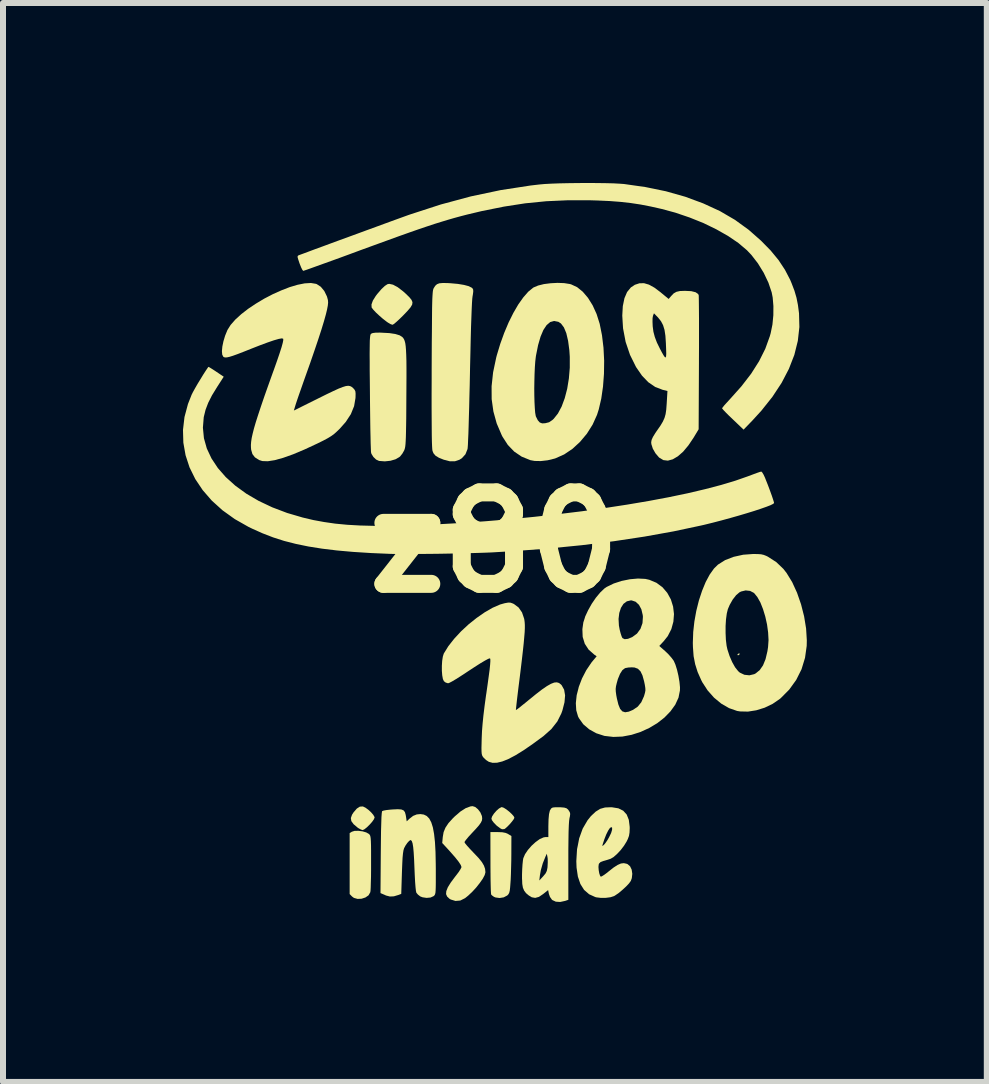
<source format=kicad_pcb>
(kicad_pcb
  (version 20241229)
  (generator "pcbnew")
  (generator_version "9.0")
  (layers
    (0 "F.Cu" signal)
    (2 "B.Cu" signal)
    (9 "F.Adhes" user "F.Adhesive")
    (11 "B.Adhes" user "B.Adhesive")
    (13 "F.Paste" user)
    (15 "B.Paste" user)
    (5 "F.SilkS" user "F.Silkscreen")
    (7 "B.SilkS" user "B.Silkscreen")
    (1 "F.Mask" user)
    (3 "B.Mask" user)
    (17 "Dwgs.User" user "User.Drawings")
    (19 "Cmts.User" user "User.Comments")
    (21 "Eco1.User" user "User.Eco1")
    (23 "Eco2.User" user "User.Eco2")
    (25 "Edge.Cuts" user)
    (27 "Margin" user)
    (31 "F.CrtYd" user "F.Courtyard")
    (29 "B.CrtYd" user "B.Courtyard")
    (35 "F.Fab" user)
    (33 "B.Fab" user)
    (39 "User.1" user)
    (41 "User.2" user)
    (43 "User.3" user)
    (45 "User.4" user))
  (footprint "z80"
    (layer "F.Cu")
    (at 5.191 5.992)
    (property "Reference" "z80" (at 0 0 0) (layer "F.SilkS") (effects (font (size 1.524 1.524) (thickness 0.3))))
    (attr board_only exclude_from_pos_files exclude_from_bom)
    (fp_poly (pts (xy 4.089 1.858) (xy 4.086 1.864) (xy 4.064 1.88) (xy 4.059 1.881) (xy 4.05 1.871) (xy 4.053 1.864) (xy 4.075 1.848) (xy 4.08 1.848)) (stroke (width 0) (type solid)) (fill yes) (layer "F.SilkS"))
    (fp_poly (pts (xy 0.156 4.422) (xy 0.199 4.449) (xy 0.247 4.487) (xy 0.291 4.528) (xy 0.322 4.564) (xy 0.333 4.588) (xy 0.322 4.612) (xy 0.294 4.65) (xy 0.256 4.695) (xy 0.215 4.737) (xy 0.18 4.768) (xy 0.166 4.777) (xy 0.127 4.78) (xy 0.098 4.765) (xy 0.038 4.72) (xy -0.01 4.671) (xy -0.042 4.628) (xy -0.05 4.601) (xy -0.038 4.565) (xy -0.008 4.519) (xy 0.033 4.472) (xy 0.076 4.434) (xy 0.114 4.413) (xy 0.124 4.411)) (stroke (width 0) (type solid)) (fill yes) (layer "F.SilkS"))
    (fp_poly (pts (xy -2.19 4.401) (xy -2.15 4.42) (xy -2.102 4.455) (xy -2.056 4.497) (xy -2.019 4.54) (xy -1.999 4.576) (xy -1.997 4.584) (xy -2.009 4.614) (xy -2.039 4.657) (xy -2.081 4.704) (xy -2.125 4.747) (xy -2.166 4.78) (xy -2.196 4.794) (xy -2.197 4.794) (xy -2.227 4.784) (xy -2.268 4.761) (xy -2.281 4.752) (xy -2.348 4.695) (xy -2.385 4.644) (xy -2.393 4.593) (xy -2.373 4.537) (xy -2.347 4.497) (xy -2.293 4.435) (xy -2.243 4.403) (xy -2.193 4.4)) (stroke (width 0) (type solid)) (fill yes) (layer "F.SilkS"))
    (fp_poly (pts (xy -2.198 4.815) (xy -2.136 4.833) (xy -2.092 4.858) (xy -2.091 4.859) (xy -2.08 4.871) (xy -2.072 4.885) (xy -2.066 4.906) (xy -2.062 4.937) (xy -2.059 4.983) (xy -2.057 5.047) (xy -2.056 5.134) (xy -2.056 5.248) (xy -2.056 5.339) (xy -2.056 5.46) (xy -2.057 5.572) (xy -2.06 5.67) (xy -2.062 5.749) (xy -2.065 5.804) (xy -2.069 5.83) (xy -2.098 5.881) (xy -2.15 5.917) (xy -2.214 5.938) (xy -2.281 5.941) (xy -2.342 5.924) (xy -2.373 5.901) (xy -2.413 5.86) (xy -2.413 4.844) (xy -2.376 4.821) (xy -2.331 4.807) (xy -2.267 4.806)) (stroke (width 0) (type solid)) (fill yes) (layer "F.SilkS"))
    (fp_poly (pts (xy 0.054 4.827) (xy 0.132 4.83) (xy 0.187 4.841) (xy 0.229 4.86) (xy 0.283 4.893) (xy 0.282 5.189) (xy 0.281 5.302) (xy 0.278 5.419) (xy 0.275 5.53) (xy 0.271 5.625) (xy 0.268 5.666) (xy 0.262 5.747) (xy 0.256 5.801) (xy 0.247 5.837) (xy 0.235 5.861) (xy 0.217 5.881) (xy 0.21 5.886) (xy 0.155 5.915) (xy 0.086 5.926) (xy 0.019 5.917) (xy -0.008 5.906) (xy -0.04 5.883) (xy -0.054 5.869) (xy -0.057 5.848) (xy -0.06 5.798) (xy -0.062 5.724) (xy -0.064 5.629) (xy -0.065 5.517) (xy -0.066 5.393) (xy -0.066 5.339) (xy -0.067 4.827)) (stroke (width 0) (type solid)) (fill yes) (layer "F.SilkS"))
    (fp_poly (pts (xy -1.69 -4.297) (xy -1.612 -4.255) (xy -1.522 -4.186) (xy -1.474 -4.143) (xy -1.418 -4.088) (xy -1.382 -4.044) (xy -1.366 -4.005) (xy -1.371 -3.965) (xy -1.399 -3.918) (xy -1.449 -3.859) (xy -1.519 -3.786) (xy -1.578 -3.728) (xy -1.631 -3.679) (xy -1.672 -3.644) (xy -1.697 -3.629) (xy -1.699 -3.629) (xy -1.728 -3.638) (xy -1.77 -3.662) (xy -1.791 -3.676) (xy -1.855 -3.725) (xy -1.918 -3.78) (xy -1.975 -3.833) (xy -2.019 -3.88) (xy -2.045 -3.914) (xy -2.047 -3.919) (xy -2.049 -3.968) (xy -2.026 -4.032) (xy -1.978 -4.109) (xy -1.952 -4.143) (xy -1.883 -4.223) (xy -1.827 -4.276) (xy -1.783 -4.305) (xy -1.754 -4.311)) (stroke (width 0) (type solid)) (fill yes) (layer "F.SilkS"))
    (fp_poly (pts (xy -0.32 4.409) (xy -0.275 4.446) (xy -0.235 4.498) (xy -0.21 4.556) (xy -0.207 4.569) (xy -0.204 4.603) (xy -0.209 4.635) (xy -0.226 4.67) (xy -0.257 4.714) (xy -0.307 4.771) (xy -0.378 4.847) (xy -0.428 4.901) (xy -0.468 4.949) (xy -0.493 4.982) (xy -0.499 4.996) (xy -0.488 5.015) (xy -0.458 5.052) (xy -0.412 5.103) (xy -0.356 5.162) (xy -0.343 5.176) (xy -0.265 5.258) (xy -0.21 5.326) (xy -0.175 5.385) (xy -0.156 5.439) (xy -0.15 5.495) (xy -0.15 5.498) (xy -0.162 5.543) (xy -0.194 5.604) (xy -0.243 5.674) (xy -0.302 5.749) (xy -0.369 5.822) (xy -0.438 5.887) (xy -0.489 5.928) (xy -0.568 5.968) (xy -0.649 5.975) (xy -0.728 5.951) (xy -0.751 5.937) (xy -0.788 5.902) (xy -0.806 5.861) (xy -0.802 5.811) (xy -0.777 5.748) (xy -0.729 5.67) (xy -0.657 5.573) (xy -0.635 5.545) (xy -0.595 5.492) (xy -0.565 5.445) (xy -0.55 5.414) (xy -0.549 5.409) (xy -0.561 5.376) (xy -0.596 5.322) (xy -0.653 5.25) (xy -0.729 5.163) (xy -0.774 5.113) (xy -0.87 5.009) (xy -0.861 4.91) (xy -0.847 4.828) (xy -0.816 4.753) (xy -0.766 4.678) (xy -0.692 4.596) (xy -0.66 4.565) (xy -0.566 4.484) (xy -0.478 4.428) (xy -0.399 4.399) (xy -0.364 4.395)) (stroke (width 0) (type solid)) (fill yes) (layer "F.SilkS"))
    (fp_poly (pts (xy -1.884 -3.497) (xy -1.752 -3.49) (xy -1.652 -3.475) (xy -1.58 -3.453) (xy -1.537 -3.426) (xy -1.521 -3.409) (xy -1.507 -3.387) (xy -1.496 -3.36) (xy -1.486 -3.322) (xy -1.479 -3.273) (xy -1.474 -3.21) (xy -1.47 -3.128) (xy -1.467 -3.027) (xy -1.466 -2.902) (xy -1.466 -2.752) (xy -1.467 -2.573) (xy -1.468 -2.413) (xy -1.469 -2.227) (xy -1.47 -2.071) (xy -1.472 -1.943) (xy -1.474 -1.838) (xy -1.476 -1.755) (xy -1.479 -1.69) (xy -1.482 -1.641) (xy -1.486 -1.603) (xy -1.491 -1.575) (xy -1.497 -1.554) (xy -1.504 -1.535) (xy -1.534 -1.482) (xy -1.572 -1.434) (xy -1.583 -1.425) (xy -1.648 -1.387) (xy -1.733 -1.362) (xy -1.827 -1.352) (xy -1.92 -1.359) (xy -1.925 -1.36) (xy -1.972 -1.382) (xy -2.017 -1.425) (xy -2.049 -1.476) (xy -2.055 -1.494) (xy -2.058 -1.519) (xy -2.06 -1.574) (xy -2.063 -1.656) (xy -2.065 -1.761) (xy -2.068 -1.888) (xy -2.07 -2.032) (xy -2.072 -2.191) (xy -2.074 -2.361) (xy -2.075 -2.497) (xy -2.077 -2.701) (xy -2.079 -2.874) (xy -2.079 -3.018) (xy -2.08 -3.137) (xy -2.079 -3.233) (xy -2.078 -3.309) (xy -2.077 -3.367) (xy -2.074 -3.409) (xy -2.071 -3.439) (xy -2.067 -3.459) (xy -2.062 -3.471) (xy -2.057 -3.478) (xy -2.056 -3.479) (xy -2.028 -3.491) (xy -1.98 -3.497) (xy -1.906 -3.498)) (stroke (width 0) (type solid)) (fill yes) (layer "F.SilkS"))
    (fp_poly (pts (xy -0.782 -4.324) (xy -0.732 -4.321) (xy -0.61 -4.31) (xy -0.507 -4.293) (xy -0.428 -4.272) (xy -0.377 -4.246) (xy -0.365 -4.235) (xy -0.354 -4.213) (xy -0.353 -4.18) (xy -0.36 -4.127) (xy -0.364 -4.106) (xy -0.369 -4.066) (xy -0.374 -3.993) (xy -0.379 -3.888) (xy -0.384 -3.753) (xy -0.39 -3.587) (xy -0.395 -3.392) (xy -0.4 -3.169) (xy -0.406 -2.918) (xy -0.408 -2.813) (xy -0.412 -2.615) (xy -0.417 -2.426) (xy -0.421 -2.248) (xy -0.426 -2.084) (xy -0.43 -1.937) (xy -0.434 -1.81) (xy -0.439 -1.705) (xy -0.442 -1.626) (xy -0.446 -1.576) (xy -0.448 -1.558) (xy -0.483 -1.47) (xy -0.542 -1.405) (xy -0.583 -1.379) (xy -0.657 -1.354) (xy -0.742 -1.353) (xy -0.842 -1.379) (xy -0.843 -1.379) (xy -0.925 -1.412) (xy -0.981 -1.446) (xy -1.016 -1.487) (xy -1.032 -1.527) (xy -1.036 -1.553) (xy -1.039 -1.603) (xy -1.042 -1.678) (xy -1.044 -1.781) (xy -1.045 -1.91) (xy -1.046 -2.069) (xy -1.047 -2.256) (xy -1.047 -2.475) (xy -1.046 -2.725) (xy -1.046 -2.888) (xy -1.045 -3.128) (xy -1.044 -3.336) (xy -1.042 -3.516) (xy -1.041 -3.669) (xy -1.04 -3.798) (xy -1.039 -3.905) (xy -1.037 -3.992) (xy -1.035 -4.062) (xy -1.032 -4.117) (xy -1.029 -4.158) (xy -1.026 -4.189) (xy -1.022 -4.211) (xy -1.017 -4.227) (xy -1.012 -4.239) (xy -1.011 -4.24) (xy -0.986 -4.279) (xy -0.957 -4.305) (xy -0.918 -4.32) (xy -0.862 -4.325)) (stroke (width 0) (type solid)) (fill yes) (layer "F.SilkS"))
    (fp_poly (pts (xy 1.106 4.414) (xy 1.164 4.419) (xy 1.201 4.43) (xy 1.227 4.451) (xy 1.237 4.465) (xy 1.256 4.495) (xy 1.263 4.524) (xy 1.258 4.566) (xy 1.251 4.595) (xy 1.245 4.639) (xy 1.24 4.714) (xy 1.236 4.821) (xy 1.234 4.959) (xy 1.232 5.13) (xy 1.232 5.318) (xy 1.232 5.956) (xy 1.179 5.974) (xy 1.096 5.992) (xy 1.023 5.987) (xy 0.965 5.96) (xy 0.957 5.952) (xy 0.926 5.908) (xy 0.907 5.855) (xy 0.907 5.853) (xy 0.895 5.794) (xy 0.812 5.86) (xy 0.742 5.907) (xy 0.68 5.924) (xy 0.623 5.914) (xy 0.572 5.883) (xy 0.527 5.845) (xy 0.496 5.804) (xy 0.475 5.755) (xy 0.464 5.691) (xy 0.462 5.634) (xy 0.748 5.634) (xy 0.813 5.564) (xy 0.852 5.517) (xy 0.873 5.475) (xy 0.884 5.421) (xy 0.886 5.395) (xy 0.889 5.331) (xy 0.888 5.271) (xy 0.884 5.242) (xy 0.873 5.188) (xy 0.851 5.236) (xy 0.806 5.348) (xy 0.773 5.464) (xy 0.759 5.544) (xy 0.748 5.634) (xy 0.462 5.634) (xy 0.46 5.604) (xy 0.46 5.534) (xy 0.463 5.448) (xy 0.468 5.367) (xy 0.475 5.301) (xy 0.481 5.264) (xy 0.51 5.196) (xy 0.558 5.125) (xy 0.619 5.055) (xy 0.687 4.993) (xy 0.755 4.944) (xy 0.818 4.916) (xy 0.851 4.91) (xy 0.899 4.91) (xy 0.899 4.731) (xy 0.902 4.615) (xy 0.91 4.528) (xy 0.924 4.469) (xy 0.946 4.433) (xy 0.971 4.418) (xy 1.008 4.414) (xy 1.064 4.413)) (stroke (width 0) (type solid)) (fill yes) (layer "F.SilkS"))
    (fp_poly (pts (xy -1.552 4.45) (xy -1.515 4.465) (xy -1.492 4.494) (xy -1.479 4.54) (xy -1.474 4.57) (xy -1.462 4.648) (xy -1.418 4.606) (xy -1.355 4.557) (xy -1.295 4.533) (xy -1.235 4.527) (xy -1.177 4.535) (xy -1.128 4.559) (xy -1.087 4.601) (xy -1.053 4.664) (xy -1.026 4.749) (xy -1.006 4.858) (xy -0.991 4.994) (xy -0.982 5.158) (xy -0.978 5.352) (xy -0.977 5.441) (xy -0.977 5.57) (xy -0.977 5.671) (xy -0.978 5.746) (xy -0.98 5.8) (xy -0.983 5.837) (xy -0.989 5.861) (xy -0.996 5.877) (xy -1.006 5.888) (xy -1.014 5.895) (xy -1.065 5.918) (xy -1.131 5.924) (xy -1.198 5.914) (xy -1.235 5.9) (xy -1.275 5.869) (xy -1.301 5.838) (xy -1.308 5.808) (xy -1.315 5.747) (xy -1.322 5.658) (xy -1.328 5.544) (xy -1.333 5.426) (xy -1.339 5.28) (xy -1.346 5.164) (xy -1.354 5.077) (xy -1.364 5.016) (xy -1.377 4.978) (xy -1.391 4.962) (xy -1.398 4.96) (xy -1.421 4.974) (xy -1.452 5.008) (xy -1.483 5.053) (xy -1.506 5.097) (xy -1.516 5.131) (xy -1.524 5.182) (xy -1.531 5.255) (xy -1.536 5.353) (xy -1.541 5.479) (xy -1.542 5.508) (xy -1.553 5.857) (xy -1.596 5.874) (xy -1.676 5.898) (xy -1.742 5.901) (xy -1.808 5.884) (xy -1.822 5.877) (xy -1.899 5.844) (xy -1.894 5.17) (xy -1.892 4.972) (xy -1.89 4.808) (xy -1.886 4.677) (xy -1.883 4.578) (xy -1.878 4.513) (xy -1.873 4.481) (xy -1.871 4.478) (xy -1.848 4.469) (xy -1.8 4.46) (xy -1.735 4.453) (xy -1.696 4.45) (xy -1.611 4.446)) (stroke (width 0) (type solid)) (fill yes) (layer "F.SilkS"))
    (fp_poly (pts (xy 1.961 4.414) (xy 2.066 4.431) (xy 2.147 4.471) (xy 2.205 4.535) (xy 2.24 4.623) (xy 2.254 4.735) (xy 2.255 4.76) (xy 2.252 4.834) (xy 2.243 4.89) (xy 2.223 4.944) (xy 2.203 4.985) (xy 2.159 5.056) (xy 2.104 5.128) (xy 2.043 5.193) (xy 1.985 5.244) (xy 1.937 5.272) (xy 1.889 5.288) (xy 1.832 5.305) (xy 1.819 5.308) (xy 1.769 5.327) (xy 1.743 5.353) (xy 1.738 5.369) (xy 1.734 5.409) (xy 1.738 5.461) (xy 1.747 5.513) (xy 1.76 5.553) (xy 1.773 5.571) (xy 1.793 5.563) (xy 1.831 5.539) (xy 1.881 5.502) (xy 1.9 5.486) (xy 1.985 5.419) (xy 2.053 5.375) (xy 2.108 5.351) (xy 2.157 5.345) (xy 2.203 5.355) (xy 2.219 5.361) (xy 2.261 5.397) (xy 2.288 5.454) (xy 2.298 5.523) (xy 2.29 5.595) (xy 2.273 5.642) (xy 2.243 5.683) (xy 2.194 5.735) (xy 2.134 5.79) (xy 2.072 5.842) (xy 2.014 5.882) (xy 1.994 5.894) (xy 1.935 5.913) (xy 1.858 5.923) (xy 1.775 5.924) (xy 1.7 5.915) (xy 1.681 5.91) (xy 1.578 5.863) (xy 1.495 5.791) (xy 1.433 5.693) (xy 1.391 5.569) (xy 1.369 5.419) (xy 1.365 5.312) (xy 1.377 5.113) (xy 1.389 5.055) (xy 1.798 5.055) (xy 1.806 5.056) (xy 1.827 5.038) (xy 1.852 5.008) (xy 1.885 4.959) (xy 1.912 4.911) (xy 1.945 4.843) (xy 1.961 4.789) (xy 1.962 4.755) (xy 1.948 4.744) (xy 1.925 4.759) (xy 1.896 4.802) (xy 1.864 4.866) (xy 1.832 4.948) (xy 1.806 5.027) (xy 1.798 5.055) (xy 1.389 5.055) (xy 1.413 4.931) (xy 1.471 4.77) (xy 1.552 4.631) (xy 1.609 4.56) (xy 1.687 4.487) (xy 1.762 4.44) (xy 1.844 4.417) (xy 1.942 4.413)) (stroke (width 0) (type solid)) (fill yes) (layer "F.SilkS"))
    (fp_poly (pts (xy 4.389 0.193) (xy 4.445 0.197) (xy 4.489 0.207) (xy 4.532 0.224) (xy 4.558 0.237) (xy 4.698 0.327) (xy 4.816 0.44) (xy 4.87 0.509) (xy 4.963 0.661) (xy 5.044 0.838) (xy 5.111 1.031) (xy 5.162 1.232) (xy 5.195 1.434) (xy 5.207 1.63) (xy 5.205 1.724) (xy 5.177 1.923) (xy 5.119 2.113) (xy 5.03 2.291) (xy 4.914 2.452) (xy 4.772 2.595) (xy 4.755 2.609) (xy 4.637 2.69) (xy 4.504 2.754) (xy 4.365 2.797) (xy 4.226 2.819) (xy 4.095 2.816) (xy 4.045 2.808) (xy 3.911 2.761) (xy 3.781 2.686) (xy 3.66 2.586) (xy 3.553 2.465) (xy 3.464 2.328) (xy 3.447 2.294) (xy 3.387 2.159) (xy 3.346 2.029) (xy 3.32 1.895) (xy 3.309 1.745) (xy 3.307 1.673) (xy 3.313 1.509) (xy 3.853 1.509) (xy 3.858 1.622) (xy 3.87 1.722) (xy 3.883 1.781) (xy 3.919 1.892) (xy 3.963 1.994) (xy 4.012 2.081) (xy 4.063 2.145) (xy 4.09 2.169) (xy 4.166 2.205) (xy 4.25 2.214) (xy 4.33 2.195) (xy 4.355 2.182) (xy 4.423 2.126) (xy 4.477 2.048) (xy 4.519 1.945) (xy 4.55 1.814) (xy 4.561 1.743) (xy 4.569 1.627) (xy 4.562 1.5) (xy 4.544 1.367) (xy 4.515 1.236) (xy 4.477 1.111) (xy 4.433 1) (xy 4.382 0.909) (xy 4.329 0.844) (xy 4.324 0.84) (xy 4.261 0.807) (xy 4.187 0.799) (xy 4.112 0.817) (xy 4.084 0.831) (xy 4.028 0.879) (xy 3.972 0.951) (xy 3.922 1.039) (xy 3.891 1.111) (xy 3.873 1.184) (xy 3.86 1.281) (xy 3.853 1.392) (xy 3.853 1.509) (xy 3.313 1.509) (xy 3.313 1.496) (xy 3.333 1.317) (xy 3.365 1.139) (xy 3.408 0.967) (xy 3.461 0.806) (xy 3.521 0.66) (xy 3.588 0.535) (xy 3.66 0.434) (xy 3.726 0.369) (xy 3.845 0.294) (xy 3.988 0.239) (xy 4.147 0.204) (xy 4.311 0.192)) (stroke (width 0) (type solid)) (fill yes) (layer "F.SilkS"))
    (fp_poly (pts (xy 2.575 -4.298) (xy 2.666 -4.248) (xy 2.77 -4.17) (xy 2.773 -4.167) (xy 2.904 -4.059) (xy 2.946 -4.108) (xy 2.988 -4.152) (xy 3.034 -4.178) (xy 3.091 -4.191) (xy 3.171 -4.194) (xy 3.176 -4.194) (xy 3.28 -4.189) (xy 3.353 -4.171) (xy 3.395 -4.142) (xy 3.405 -4.122) (xy 3.406 -4.1) (xy 3.407 -4.047) (xy 3.408 -3.966) (xy 3.409 -3.861) (xy 3.41 -3.734) (xy 3.41 -3.588) (xy 3.41 -3.426) (xy 3.41 -3.251) (xy 3.409 -3.065) (xy 3.409 -2.987) (xy 3.404 -1.887) (xy 3.321 -1.749) (xy 3.233 -1.618) (xy 3.145 -1.513) (xy 3.057 -1.436) (xy 2.972 -1.386) (xy 2.891 -1.364) (xy 2.816 -1.373) (xy 2.749 -1.413) (xy 2.742 -1.419) (xy 2.684 -1.487) (xy 2.64 -1.564) (xy 2.616 -1.639) (xy 2.613 -1.67) (xy 2.62 -1.71) (xy 2.642 -1.759) (xy 2.682 -1.824) (xy 2.705 -1.858) (xy 2.765 -1.944) (xy 2.807 -2.014) (xy 2.835 -2.076) (xy 2.853 -2.139) (xy 2.864 -2.214) (xy 2.871 -2.308) (xy 2.872 -2.324) (xy 2.884 -2.525) (xy 2.803 -2.545) (xy 2.68 -2.592) (xy 2.565 -2.671) (xy 2.46 -2.78) (xy 2.362 -2.922) (xy 2.36 -2.925) (xy 2.26 -3.127) (xy 2.187 -3.343) (xy 2.144 -3.569) (xy 2.137 -3.68) (xy 2.635 -3.68) (xy 2.638 -3.607) (xy 2.638 -3.604) (xy 2.65 -3.513) (xy 2.673 -3.426) (xy 2.708 -3.333) (xy 2.76 -3.227) (xy 2.792 -3.167) (xy 2.82 -3.118) (xy 2.84 -3.09) (xy 2.853 -3.083) (xy 2.861 -3.101) (xy 2.864 -3.145) (xy 2.862 -3.218) (xy 2.858 -3.321) (xy 2.85 -3.445) (xy 2.835 -3.544) (xy 2.811 -3.622) (xy 2.777 -3.687) (xy 2.731 -3.745) (xy 2.726 -3.751) (xy 2.659 -3.82) (xy 2.643 -3.778) (xy 2.636 -3.74) (xy 2.635 -3.68) (xy 2.137 -3.68) (xy 2.131 -3.782) (xy 2.14 -3.94) (xy 2.167 -4.071) (xy 2.211 -4.174) (xy 2.274 -4.251) (xy 2.34 -4.295) (xy 2.416 -4.32) (xy 2.493 -4.322)) (stroke (width 0) (type solid)) (fill yes) (layer "F.SilkS"))
    (fp_poly (pts (xy 1.162 -4.323) (xy 1.258 -4.308) (xy 1.279 -4.302) (xy 1.378 -4.256) (xy 1.472 -4.18) (xy 1.559 -4.078) (xy 1.637 -3.953) (xy 1.703 -3.808) (xy 1.754 -3.647) (xy 1.755 -3.643) (xy 1.793 -3.453) (xy 1.818 -3.246) (xy 1.829 -3.03) (xy 1.826 -2.812) (xy 1.81 -2.599) (xy 1.781 -2.398) (xy 1.739 -2.218) (xy 1.71 -2.127) (xy 1.637 -1.965) (xy 1.541 -1.813) (xy 1.427 -1.677) (xy 1.3 -1.56) (xy 1.163 -1.468) (xy 1.02 -1.404) (xy 1.002 -1.398) (xy 0.887 -1.37) (xy 0.773 -1.357) (xy 0.67 -1.359) (xy 0.599 -1.372) (xy 0.454 -1.431) (xy 0.33 -1.515) (xy 0.224 -1.625) (xy 0.134 -1.764) (xy 0.121 -1.79) (xy 0.038 -1.984) (xy -0.017 -2.183) (xy -0.046 -2.389) (xy -0.047 -2.569) (xy 0.664 -2.569) (xy 0.665 -2.449) (xy 0.668 -2.339) (xy 0.673 -2.242) (xy 0.679 -2.165) (xy 0.688 -2.113) (xy 0.691 -2.101) (xy 0.723 -2.037) (xy 0.756 -2) (xy 0.796 -1.985) (xy 0.848 -1.988) (xy 0.911 -2.004) (xy 0.966 -2.041) (xy 0.987 -2.06) (xy 1.058 -2.149) (xy 1.12 -2.265) (xy 1.172 -2.405) (xy 1.213 -2.562) (xy 1.241 -2.733) (xy 1.256 -2.912) (xy 1.256 -3.095) (xy 1.249 -3.203) (xy 1.228 -3.361) (xy 1.198 -3.489) (xy 1.158 -3.585) (xy 1.109 -3.65) (xy 1.066 -3.678) (xy 0.995 -3.692) (xy 0.93 -3.674) (xy 0.87 -3.623) (xy 0.816 -3.542) (xy 0.769 -3.431) (xy 0.728 -3.29) (xy 0.694 -3.12) (xy 0.69 -3.096) (xy 0.681 -3.019) (xy 0.674 -2.921) (xy 0.669 -2.81) (xy 0.666 -2.691) (xy 0.664 -2.569) (xy -0.047 -2.569) (xy -0.047 -2.605) (xy -0.022 -2.836) (xy 0.03 -3.083) (xy 0.04 -3.121) (xy 0.097 -3.31) (xy 0.163 -3.493) (xy 0.236 -3.666) (xy 0.315 -3.825) (xy 0.397 -3.966) (xy 0.481 -4.085) (xy 0.564 -4.18) (xy 0.645 -4.246) (xy 0.655 -4.252) (xy 0.729 -4.283) (xy 0.826 -4.307) (xy 0.937 -4.321) (xy 1.052 -4.327)) (stroke (width 0) (type solid)) (fill yes) (layer "F.SilkS"))
    (fp_poly (pts (xy 0.268 1.003) (xy 0.307 1.017) (xy 0.326 1.026) (xy 0.403 1.084) (xy 0.46 1.166) (xy 0.495 1.269) (xy 0.499 1.289) (xy 0.504 1.328) (xy 0.507 1.374) (xy 0.507 1.429) (xy 0.504 1.496) (xy 0.497 1.579) (xy 0.488 1.68) (xy 0.475 1.803) (xy 0.458 1.951) (xy 0.437 2.126) (xy 0.418 2.28) (xy 0.402 2.406) (xy 0.388 2.521) (xy 0.376 2.621) (xy 0.367 2.702) (xy 0.361 2.759) (xy 0.358 2.79) (xy 0.359 2.793) (xy 0.372 2.785) (xy 0.407 2.759) (xy 0.458 2.718) (xy 0.522 2.667) (xy 0.568 2.629) (xy 0.691 2.529) (xy 0.792 2.451) (xy 0.875 2.394) (xy 0.942 2.356) (xy 0.996 2.335) (xy 1.04 2.331) (xy 1.077 2.342) (xy 1.109 2.367) (xy 1.121 2.38) (xy 1.162 2.454) (xy 1.178 2.549) (xy 1.168 2.664) (xy 1.134 2.797) (xy 1.116 2.848) (xy 1.048 2.984) (xy 0.949 3.11) (xy 0.82 3.225) (xy 0.819 3.226) (xy 0.642 3.356) (xy 0.487 3.463) (xy 0.351 3.547) (xy 0.233 3.609) (xy 0.131 3.65) (xy 0.044 3.671) (xy -0.03 3.673) (xy -0.093 3.656) (xy -0.14 3.626) (xy -0.182 3.585) (xy -0.182 3.585) (xy -0.196 3.566) (xy -0.206 3.546) (xy -0.212 3.52) (xy -0.215 3.481) (xy -0.216 3.425) (xy -0.214 3.346) (xy -0.212 3.262) (xy -0.207 3.144) (xy -0.197 3.019) (xy -0.183 2.881) (xy -0.164 2.724) (xy -0.139 2.541) (xy -0.135 2.517) (xy -0.112 2.355) (xy -0.094 2.223) (xy -0.08 2.119) (xy -0.072 2.04) (xy -0.068 1.984) (xy -0.068 1.95) (xy -0.072 1.933) (xy -0.076 1.931) (xy -0.104 1.94) (xy -0.158 1.969) (xy -0.234 2.014) (xy -0.331 2.076) (xy -0.447 2.152) (xy -0.48 2.174) (xy -0.564 2.229) (xy -0.64 2.277) (xy -0.704 2.315) (xy -0.75 2.339) (xy -0.773 2.347) (xy -0.812 2.335) (xy -0.842 2.312) (xy -0.859 2.275) (xy -0.87 2.215) (xy -0.876 2.139) (xy -0.876 2.056) (xy -0.871 1.974) (xy -0.86 1.903) (xy -0.844 1.851) (xy -0.842 1.848) (xy -0.767 1.727) (xy -0.67 1.604) (xy -0.557 1.482) (xy -0.431 1.365) (xy -0.297 1.258) (xy -0.162 1.164) (xy -0.03 1.088) (xy 0.094 1.034) (xy 0.172 1.012) (xy 0.229 1.002)) (stroke (width 0) (type solid)) (fill yes) (layer "F.SilkS"))
    (fp_poly (pts (xy -2.974 -4.311) (xy -2.961 -4.306) (xy -2.894 -4.262) (xy -2.836 -4.192) (xy -2.793 -4.104) (xy -2.787 -4.085) (xy -2.775 -4.04) (xy -2.772 -3.998) (xy -2.777 -3.949) (xy -2.79 -3.881) (xy -2.81 -3.799) (xy -2.841 -3.688) (xy -2.883 -3.55) (xy -2.936 -3.387) (xy -2.998 -3.203) (xy -3.069 -2.997) (xy -3.147 -2.778) (xy -3.188 -2.662) (xy -3.226 -2.553) (xy -3.261 -2.454) (xy -3.289 -2.372) (xy -3.309 -2.312) (xy -3.318 -2.283) (xy -3.343 -2.199) (xy -2.927 -2.406) (xy -2.792 -2.473) (xy -2.683 -2.525) (xy -2.596 -2.565) (xy -2.529 -2.591) (xy -2.477 -2.607) (xy -2.437 -2.612) (xy -2.406 -2.607) (xy -2.38 -2.594) (xy -2.356 -2.574) (xy -2.353 -2.571) (xy -2.331 -2.546) (xy -2.318 -2.52) (xy -2.314 -2.483) (xy -2.315 -2.425) (xy -2.316 -2.407) (xy -2.339 -2.272) (xy -2.393 -2.139) (xy -2.479 -2.008) (xy -2.578 -1.896) (xy -2.63 -1.846) (xy -2.676 -1.805) (xy -2.724 -1.771) (xy -2.78 -1.737) (xy -2.853 -1.698) (xy -2.946 -1.652) (xy -3.163 -1.551) (xy -3.355 -1.47) (xy -3.521 -1.411) (xy -3.662 -1.372) (xy -3.777 -1.354) (xy -3.868 -1.357) (xy -3.922 -1.374) (xy -3.992 -1.419) (xy -4.034 -1.474) (xy -4.055 -1.547) (xy -4.058 -1.58) (xy -4.059 -1.626) (xy -4.055 -1.679) (xy -4.046 -1.74) (xy -4.03 -1.813) (xy -4.008 -1.9) (xy -3.978 -2.003) (xy -3.939 -2.125) (xy -3.892 -2.267) (xy -3.835 -2.434) (xy -3.767 -2.626) (xy -3.688 -2.847) (xy -3.68 -2.868) (xy -3.624 -3.026) (xy -3.58 -3.155) (xy -3.548 -3.255) (xy -3.528 -3.328) (xy -3.519 -3.375) (xy -3.521 -3.396) (xy -3.544 -3.402) (xy -3.595 -3.393) (xy -3.675 -3.37) (xy -3.783 -3.333) (xy -3.917 -3.283) (xy -4.052 -3.23) (xy -4.18 -3.179) (xy -4.281 -3.14) (xy -4.359 -3.112) (xy -4.417 -3.094) (xy -4.459 -3.085) (xy -4.489 -3.084) (xy -4.509 -3.089) (xy -4.519 -3.096) (xy -4.537 -3.131) (xy -4.542 -3.189) (xy -4.535 -3.266) (xy -4.517 -3.353) (xy -4.489 -3.446) (xy -4.452 -3.537) (xy -4.451 -3.54) (xy -4.397 -3.626) (xy -4.318 -3.716) (xy -4.219 -3.806) (xy -4.103 -3.896) (xy -3.974 -3.982) (xy -3.837 -4.064) (xy -3.695 -4.138) (xy -3.552 -4.202) (xy -3.413 -4.256) (xy -3.282 -4.295) (xy -3.162 -4.319) (xy -3.058 -4.325)) (stroke (width 0) (type solid)) (fill yes) (layer "F.SilkS"))
    (fp_poly (pts (xy -4.753 -2.921) (xy -4.717 -2.899) (xy -4.667 -2.867) (xy -4.637 -2.847) (xy -4.512 -2.763) (xy -4.622 -2.592) (xy -4.708 -2.452) (xy -4.771 -2.327) (xy -4.815 -2.211) (xy -4.843 -2.097) (xy -4.845 -2.09) (xy -4.859 -1.913) (xy -4.842 -1.738) (xy -4.794 -1.567) (xy -4.716 -1.401) (xy -4.61 -1.241) (xy -4.478 -1.09) (xy -4.319 -0.947) (xy -4.136 -0.814) (xy -3.931 -0.694) (xy -3.703 -0.586) (xy -3.455 -0.492) (xy -3.196 -0.416) (xy -3.019 -0.374) (xy -2.839 -0.341) (xy -2.652 -0.314) (xy -2.453 -0.295) (xy -2.239 -0.283) (xy -2.006 -0.277) (xy -1.748 -0.277) (xy -1.463 -0.283) (xy -1.39 -0.285) (xy -0.983 -0.301) (xy -0.573 -0.324) (xy -0.16 -0.353) (xy 0.251 -0.387) (xy 0.66 -0.427) (xy 1.062 -0.472) (xy 1.457 -0.52) (xy 1.841 -0.574) (xy 2.212 -0.631) (xy 2.567 -0.691) (xy 2.903 -0.754) (xy 3.22 -0.82) (xy 3.513 -0.889) (xy 3.78 -0.959) (xy 4.019 -1.031) (xy 4.228 -1.104) (xy 4.238 -1.108) (xy 4.313 -1.136) (xy 4.378 -1.16) (xy 4.425 -1.176) (xy 4.449 -1.182) (xy 4.449 -1.182) (xy 4.464 -1.167) (xy 4.487 -1.129) (xy 4.512 -1.075) (xy 4.517 -1.061) (xy 4.558 -0.958) (xy 4.594 -0.862) (xy 4.624 -0.779) (xy 4.646 -0.713) (xy 4.659 -0.67) (xy 4.661 -0.657) (xy 4.645 -0.643) (xy 4.601 -0.621) (xy 4.531 -0.594) (xy 4.44 -0.562) (xy 4.331 -0.526) (xy 4.208 -0.488) (xy 4.073 -0.448) (xy 3.932 -0.408) (xy 3.786 -0.368) (xy 3.64 -0.33) (xy 3.498 -0.295) (xy 3.441 -0.282) (xy 2.985 -0.185) (xy 2.501 -0.098) (xy 1.991 -0.021) (xy 1.459 0.045) (xy 0.907 0.1) (xy 0.339 0.143) (xy -0.05 0.166) (xy -0.151 0.17) (xy -0.275 0.174) (xy -0.419 0.178) (xy -0.577 0.182) (xy -0.744 0.185) (xy -0.914 0.188) (xy -1.083 0.19) (xy -1.245 0.191) (xy -1.395 0.192) (xy -1.528 0.192) (xy -1.639 0.192) (xy -1.722 0.19) (xy -1.731 0.19) (xy -2.058 0.176) (xy -2.356 0.157) (xy -2.626 0.133) (xy -2.873 0.103) (xy -3.1 0.067) (xy -3.309 0.024) (xy -3.505 -0.026) (xy -3.689 -0.085) (xy -3.865 -0.153) (xy -4.037 -0.23) (xy -4.099 -0.26) (xy -4.328 -0.39) (xy -4.533 -0.537) (xy -4.711 -0.698) (xy -4.862 -0.872) (xy -4.986 -1.057) (xy -5.082 -1.252) (xy -5.148 -1.454) (xy -5.185 -1.663) (xy -5.191 -1.876) (xy -5.166 -2.091) (xy -5.108 -2.308) (xy -5.047 -2.463) (xy -5.025 -2.507) (xy -4.99 -2.57) (xy -4.947 -2.645) (xy -4.899 -2.723) (xy -4.853 -2.799) (xy -4.811 -2.864) (xy -4.779 -2.911) (xy -4.768 -2.927)) (stroke (width 0) (type solid)) (fill yes) (layer "F.SilkS"))
    (fp_poly (pts (xy 2.514 0.607) (xy 2.582 0.622) (xy 2.701 0.672) (xy 2.801 0.746) (xy 2.881 0.84) (xy 2.941 0.949) (xy 2.978 1.068) (xy 2.993 1.193) (xy 2.983 1.32) (xy 2.949 1.444) (xy 2.889 1.561) (xy 2.823 1.644) (xy 2.748 1.725) (xy 2.847 1.812) (xy 2.902 1.865) (xy 2.952 1.922) (xy 2.988 1.971) (xy 2.989 1.972) (xy 3.017 2.036) (xy 3.044 2.123) (xy 3.067 2.222) (xy 3.084 2.322) (xy 3.093 2.413) (xy 3.092 2.466) (xy 3.068 2.587) (xy 3.014 2.704) (xy 2.934 2.815) (xy 2.833 2.919) (xy 2.714 3.012) (xy 2.58 3.092) (xy 2.436 3.158) (xy 2.286 3.206) (xy 2.133 3.235) (xy 1.982 3.241) (xy 1.835 3.224) (xy 1.831 3.223) (xy 1.698 3.18) (xy 1.579 3.114) (xy 1.481 3.03) (xy 1.409 2.929) (xy 1.394 2.9) (xy 1.364 2.797) (xy 1.357 2.678) (xy 1.371 2.546) (xy 1.398 2.441) (xy 2.021 2.441) (xy 2.023 2.486) (xy 2.031 2.546) (xy 2.041 2.599) (xy 2.066 2.701) (xy 2.095 2.773) (xy 2.132 2.815) (xy 2.179 2.83) (xy 2.239 2.82) (xy 2.31 2.79) (xy 2.389 2.736) (xy 2.448 2.663) (xy 2.492 2.565) (xy 2.497 2.549) (xy 2.51 2.503) (xy 2.517 2.465) (xy 2.515 2.425) (xy 2.507 2.373) (xy 2.495 2.315) (xy 2.468 2.217) (xy 2.435 2.148) (xy 2.392 2.105) (xy 2.336 2.084) (xy 2.289 2.081) (xy 2.233 2.084) (xy 2.184 2.093) (xy 2.174 2.097) (xy 2.133 2.128) (xy 2.094 2.189) (xy 2.058 2.276) (xy 2.038 2.347) (xy 2.026 2.398) (xy 2.021 2.441) (xy 1.398 2.441) (xy 1.406 2.407) (xy 1.46 2.266) (xy 1.531 2.129) (xy 1.618 2) (xy 1.651 1.96) (xy 1.704 1.897) (xy 1.664 1.869) (xy 1.57 1.786) (xy 1.506 1.688) (xy 1.471 1.574) (xy 1.466 1.445) (xy 1.482 1.332) (xy 1.501 1.274) (xy 2.069 1.274) (xy 2.075 1.385) (xy 2.088 1.455) (xy 2.104 1.516) (xy 2.12 1.565) (xy 2.133 1.592) (xy 2.133 1.593) (xy 2.17 1.612) (xy 2.226 1.606) (xy 2.297 1.577) (xy 2.376 1.519) (xy 2.434 1.44) (xy 2.468 1.344) (xy 2.475 1.238) (xy 2.472 1.209) (xy 2.449 1.113) (xy 2.409 1.039) (xy 2.354 0.988) (xy 2.289 0.966) (xy 2.273 0.965) (xy 2.207 0.981) (xy 2.151 1.023) (xy 2.109 1.089) (xy 2.081 1.175) (xy 2.069 1.274) (xy 1.501 1.274) (xy 1.513 1.234) (xy 1.562 1.129) (xy 1.622 1.022) (xy 1.691 0.921) (xy 1.763 0.834) (xy 1.833 0.767) (xy 1.871 0.741) (xy 1.988 0.684) (xy 2.12 0.641) (xy 2.258 0.613) (xy 2.392 0.601)) (stroke (width 0) (type solid)) (fill yes) (layer "F.SilkS"))
    (fp_poly (pts (xy 1.71 -5.991) (xy 1.855 -5.989) (xy 1.985 -5.986) (xy 2.092 -5.98) (xy 2.16 -5.975) (xy 2.518 -5.924) (xy 2.858 -5.854) (xy 3.18 -5.763) (xy 3.48 -5.652) (xy 3.758 -5.524) (xy 4.01 -5.377) (xy 4.236 -5.213) (xy 4.257 -5.195) (xy 4.445 -5.029) (xy 4.603 -4.868) (xy 4.735 -4.708) (xy 4.842 -4.546) (xy 4.929 -4.379) (xy 4.952 -4.324) (xy 5.001 -4.196) (xy 5.035 -4.079) (xy 5.059 -3.958) (xy 5.077 -3.82) (xy 5.083 -3.591) (xy 5.057 -3.36) (xy 4.999 -3.127) (xy 4.908 -2.893) (xy 4.786 -2.659) (xy 4.633 -2.427) (xy 4.449 -2.196) (xy 4.3 -2.033) (xy 4.153 -1.881) (xy 3.974 -2.052) (xy 3.911 -2.112) (xy 3.857 -2.166) (xy 3.818 -2.207) (xy 3.797 -2.232) (xy 3.795 -2.237) (xy 3.806 -2.254) (xy 3.835 -2.29) (xy 3.879 -2.338) (xy 3.924 -2.387) (xy 4.117 -2.603) (xy 4.279 -2.813) (xy 4.411 -3.021) (xy 4.515 -3.229) (xy 4.59 -3.437) (xy 4.605 -3.49) (xy 4.634 -3.633) (xy 4.649 -3.787) (xy 4.65 -3.941) (xy 4.638 -4.084) (xy 4.621 -4.17) (xy 4.567 -4.33) (xy 4.489 -4.494) (xy 4.392 -4.652) (xy 4.283 -4.793) (xy 4.209 -4.871) (xy 4.066 -4.992) (xy 3.894 -5.109) (xy 3.698 -5.22) (xy 3.484 -5.324) (xy 3.255 -5.416) (xy 3.017 -5.497) (xy 2.788 -5.559) (xy 2.606 -5.6) (xy 2.436 -5.633) (xy 2.271 -5.658) (xy 2.102 -5.677) (xy 1.921 -5.691) (xy 1.72 -5.7) (xy 1.588 -5.704) (xy 1.221 -5.704) (xy 0.865 -5.688) (xy 0.513 -5.653) (xy 0.158 -5.598) (xy -0.21 -5.524) (xy -0.458 -5.465) (xy -0.562 -5.438) (xy -0.665 -5.41) (xy -0.769 -5.38) (xy -0.878 -5.347) (xy -0.994 -5.311) (xy -1.121 -5.269) (xy -1.26 -5.222) (xy -1.417 -5.167) (xy -1.592 -5.105) (xy -1.79 -5.033) (xy -2.013 -4.952) (xy -2.246 -4.867) (xy -2.413 -4.805) (xy -2.571 -4.747) (xy -2.717 -4.694) (xy -2.848 -4.647) (xy -2.962 -4.606) (xy -3.056 -4.572) (xy -3.126 -4.547) (xy -3.171 -4.532) (xy -3.186 -4.527) (xy -3.2 -4.542) (xy -3.22 -4.581) (xy -3.242 -4.636) (xy -3.248 -4.651) (xy -3.269 -4.714) (xy -3.28 -4.752) (xy -3.28 -4.773) (xy -3.27 -4.783) (xy -3.265 -4.786) (xy -3.233 -4.798) (xy -3.173 -4.82) (xy -3.09 -4.851) (xy -2.986 -4.89) (xy -2.865 -4.934) (xy -2.73 -4.984) (xy -2.586 -5.037) (xy -2.435 -5.092) (xy -2.282 -5.148) (xy -2.13 -5.204) (xy -1.982 -5.258) (xy -1.843 -5.309) (xy -1.715 -5.356) (xy -1.602 -5.397) (xy -1.508 -5.431) (xy -1.436 -5.457) (xy -1.398 -5.47) (xy -0.893 -5.634) (xy -0.395 -5.768) (xy 0.102 -5.873) (xy 0.603 -5.95) (xy 0.749 -5.967) (xy 0.838 -5.975) (xy 0.953 -5.981) (xy 1.088 -5.986) (xy 1.238 -5.989) (xy 1.395 -5.991) (xy 1.555 -5.992)) (stroke (width 0) (type solid)) (fill yes) (layer "F.SilkS")))
  (gr_rect
    (start -3 -3)
    (end 13.398 14.984)
    (stroke (width 0.1) (type default))
    (fill no)
    (layer "Edge.Cuts")))
</source>
